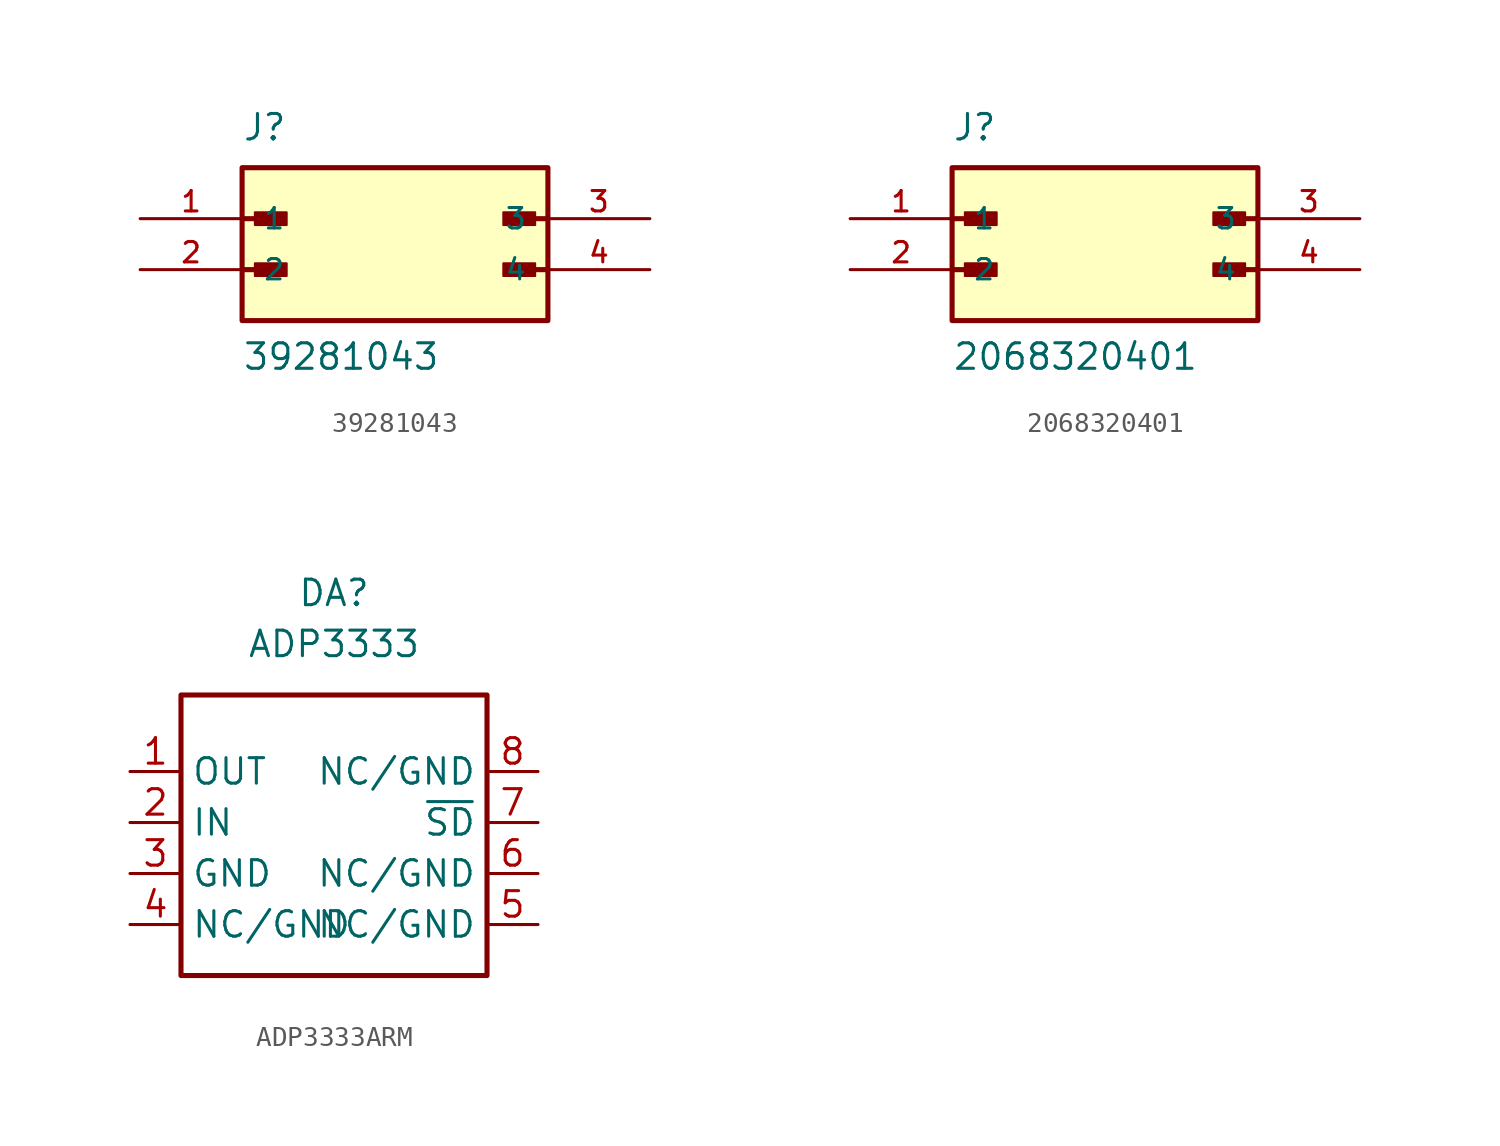
<source format=kicad_sym>
(kicad_symbol_lib
  (version 20241209)
  (generator "kicad_symbol_editor")
  (generator_version "9.0")
  (symbol "39281043"
    (pin_names
      (offset 1.016))
    (property "Reference" "J"
      (at -7.62 3.81 0)
      (effects (font (size 1.27 1.27)) (justify left bottom)))
    (property "Value" "39281043"
      (at -7.62 -7.62 0)
      (effects (font (size 1.27 1.27)) (justify left bottom)))
    (symbol "39281043_0_0"
      (polyline (pts (xy -7.62 0) (xy -5.715 0)) (stroke (width 0.254) (type default)) (fill (type none)))
      (polyline (pts (xy -7.62 -2.54) (xy -5.715 -2.54)) (stroke (width 0.254) (type default)) (fill (type none)))
      (rectangle (start -7.62 -5.08) (end 7.62 2.54) (stroke (width 0.254) (type default)) (fill (type background)))
      (rectangle (start -6.985 -0.318) (end -5.397 0.318) (stroke (width 0.1) (type default)) (fill (type outline)))
      (rectangle (start -6.985 -2.857) (end -5.397 -2.223) (stroke (width 0.1) (type default)) (fill (type outline)))
      (rectangle (start 5.397 -0.318) (end 6.985 0.318) (stroke (width 0.1) (type default)) (fill (type outline)))
      (rectangle (start 5.397 -2.857) (end 6.985 -2.223) (stroke (width 0.1) (type default)) (fill (type outline)))
      (polyline (pts (xy 7.62 0) (xy 5.715 0)) (stroke (width 0.254) (type default)) (fill (type none)))
      (polyline (pts (xy 7.62 -2.54) (xy 5.715 -2.54)) (stroke (width 0.254) (type default)) (fill (type none)))
      (pin passive line (at -12.7 0 0) (length 5.08) (name "1" (effects (font (size 1.016 1.016)))) (number "1" (effects (font (size 1.016 1.016)))))
      (pin passive line (at -12.7 -2.54 0) (length 5.08) (name "2" (effects (font (size 1.016 1.016)))) (number "2" (effects (font (size 1.016 1.016)))))
      (pin passive line (at 12.7 0 180) (length 5.08) (name "3" (effects (font (size 1.016 1.016)))) (number "3" (effects (font (size 1.016 1.016)))))
      (pin passive line (at 12.7 -2.54 180) (length 5.08) (name "4" (effects (font (size 1.016 1.016)))) (number "4" (effects (font (size 1.016 1.016)))))))
  (symbol "2068320401"
    (pin_names
      (offset 1.016))
    (property "Reference" "J"
      (at -7.62 3.81 0)
      (effects (font (size 1.27 1.27)) (justify left bottom)))
    (property "Value" "2068320401"
      (at -7.62 -7.62 0)
      (effects (font (size 1.27 1.27)) (justify left bottom)))
    (symbol "2068320401_0_0"
      (polyline (pts (xy -7.62 0) (xy -5.715 0)) (stroke (width 0.254) (type default)) (fill (type none)))
      (polyline (pts (xy -7.62 -2.54) (xy -5.715 -2.54)) (stroke (width 0.254) (type default)) (fill (type none)))
      (rectangle (start -7.62 -5.08) (end 7.62 2.54) (stroke (width 0.254) (type default)) (fill (type background)))
      (rectangle (start -6.985 -0.318) (end -5.397 0.318) (stroke (width 0.1) (type default)) (fill (type outline)))
      (rectangle (start -6.985 -2.857) (end -5.397 -2.223) (stroke (width 0.1) (type default)) (fill (type outline)))
      (rectangle (start 5.397 -0.318) (end 6.985 0.318) (stroke (width 0.1) (type default)) (fill (type outline)))
      (rectangle (start 5.397 -2.857) (end 6.985 -2.223) (stroke (width 0.1) (type default)) (fill (type outline)))
      (polyline (pts (xy 7.62 0) (xy 5.715 0)) (stroke (width 0.254) (type default)) (fill (type none)))
      (polyline (pts (xy 7.62 -2.54) (xy 5.715 -2.54)) (stroke (width 0.254) (type default)) (fill (type none)))
      (pin passive line (at -12.7 0 0) (length 5.08) (name "1" (effects (font (size 1.016 1.016)))) (number "1" (effects (font (size 1.016 1.016)))))
      (pin passive line (at -12.7 -2.54 0) (length 5.08) (name "2" (effects (font (size 1.016 1.016)))) (number "2" (effects (font (size 1.016 1.016)))))
      (pin passive line (at 12.7 0 180) (length 5.08) (name "3" (effects (font (size 1.016 1.016)))) (number "3" (effects (font (size 1.016 1.016)))))
      (pin passive line (at 12.7 -2.54 180) (length 5.08) (name "4" (effects (font (size 1.016 1.016)))) (number "4" (effects (font (size 1.016 1.016)))))))
  (symbol "ADP3333ARM"
    (property "Reference" "DA"
      (at 0 10.16 0)
      (effects (font (size 1.27 1.27))))
    (property "Value" "ADP3333"
      (at 0 7.62 0)
      (effects (font (size 1.27 1.27))))
    (symbol "ADP3333ARM_1_1"
      (rectangle (start -7.62 5.08) (end 7.62 -8.89) (stroke (width 0.254) (type solid)) (fill (type none)))
      (pin power_out line (at -10.16 1.27 0) (length 2.54) (name "OUT" (effects (font (size 1.27 1.27)))) (number "1" (effects (font (size 1.27 1.27)))))
      (pin passive line (at -10.16 -1.27 0) (length 2.54) (name "IN" (effects (font (size 1.27 1.27)))) (number "2" (effects (font (size 1.27 1.27)))))
      (pin passive line (at -10.16 -3.81 0) (length 2.54) (name "GND" (effects (font (size 1.27 1.27)))) (number "3" (effects (font (size 1.27 1.27)))))
      (pin power_in line (at -10.16 -6.35 0) (length 2.54) (name "NC/GND" (effects (font (size 1.27 1.27)))) (number "4" (effects (font (size 1.27 1.27)))))
      (pin passive line (at 10.16 1.27 180) (length 2.54) (name "NC/GND" (effects (font (size 1.27 1.27)))) (number "8" (effects (font (size 1.27 1.27)))))
      (pin power_in line (at 10.16 -1.27 180) (length 2.54) (name "~{SD}" (effects (font (size 1.27 1.27)))) (number "7" (effects (font (size 1.27 1.27)))))
      (pin input line (at 10.16 -3.81 180) (length 2.54) (name "NC/GND" (effects (font (size 1.27 1.27)))) (number "6" (effects (font (size 1.27 1.27)))))
      (pin passive line (at 10.16 -6.35 180) (length 2.54) (name "NC/GND" (effects (font (size 1.27 1.27)))) (number "5" (effects (font (size 1.27 1.27))))))))
</source>
